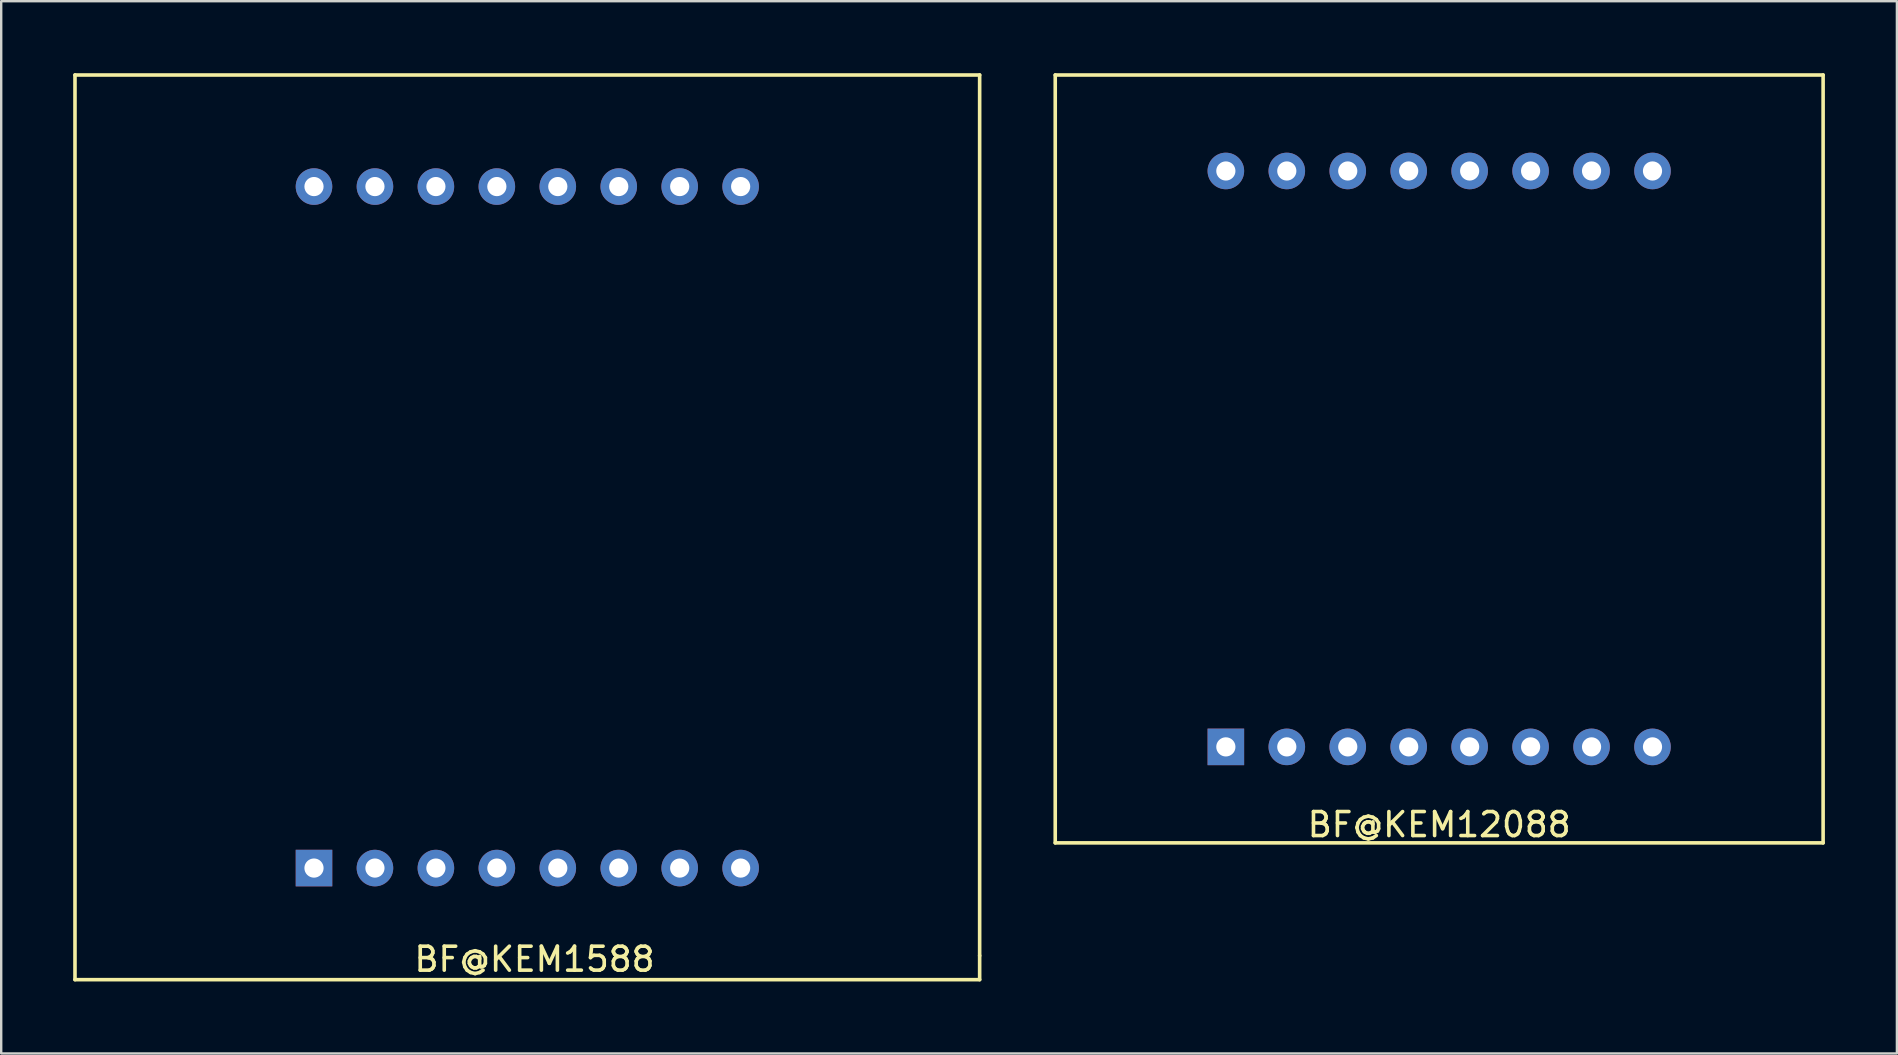
<source format=kicad_pcb>
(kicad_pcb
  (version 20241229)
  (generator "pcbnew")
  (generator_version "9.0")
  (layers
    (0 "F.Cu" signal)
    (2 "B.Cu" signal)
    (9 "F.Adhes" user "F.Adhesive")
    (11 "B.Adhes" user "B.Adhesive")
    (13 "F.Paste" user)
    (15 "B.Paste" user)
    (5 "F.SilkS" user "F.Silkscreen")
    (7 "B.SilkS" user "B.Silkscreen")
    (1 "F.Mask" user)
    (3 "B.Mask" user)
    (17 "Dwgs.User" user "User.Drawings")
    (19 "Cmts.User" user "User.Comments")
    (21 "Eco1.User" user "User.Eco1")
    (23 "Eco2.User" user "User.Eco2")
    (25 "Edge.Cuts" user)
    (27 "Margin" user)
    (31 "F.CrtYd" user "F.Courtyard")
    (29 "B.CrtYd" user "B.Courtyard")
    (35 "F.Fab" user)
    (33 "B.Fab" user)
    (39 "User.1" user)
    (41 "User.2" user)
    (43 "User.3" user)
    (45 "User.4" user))
  (footprint "BF@KEM12088"
    (layer "F.Cu")
    (at 56.925 16.075)
    (property "Reference" "BF@KEM12088" (at 0 15.24 0) (layer "F.SilkS") (effects (font (size 1 1) (thickness 0.15))))
    (attr through_hole)
    (fp_line (start -16 -16) (end 16 -16) (stroke (width 0.15) (type solid)) (layer "F.SilkS"))
    (fp_line (start -16 16) (end -16 -16) (stroke (width 0.15) (type solid)) (layer "F.SilkS"))
    (fp_line (start 16 -16) (end 16 16) (stroke (width 0.15) (type solid)) (layer "F.SilkS"))
    (fp_line (start 16 16) (end -16 16) (stroke (width 0.15) (type solid)) (layer "F.SilkS"))
    (pad "1" thru_hole rect (at -8.89 12) (size 1.524 1.524) (drill 0.8) (layers "*.Cu" "*.Mask"))
    (pad "2" thru_hole circle (at -6.35 12) (size 1.524 1.524) (drill 0.8) (layers "*.Cu" "*.Mask"))
    (pad "3" thru_hole circle (at -3.81 12) (size 1.524 1.524) (drill 0.8) (layers "*.Cu" "*.Mask"))
    (pad "4" thru_hole circle (at -1.27 12) (size 1.524 1.524) (drill 0.8) (layers "*.Cu" "*.Mask"))
    (pad "5" thru_hole circle (at 1.27 12) (size 1.524 1.524) (drill 0.8) (layers "*.Cu" "*.Mask"))
    (pad "6" thru_hole circle (at 3.81 12) (size 1.524 1.524) (drill 0.8) (layers "*.Cu" "*.Mask"))
    (pad "7" thru_hole circle (at 6.35 12) (size 1.524 1.524) (drill 0.8) (layers "*.Cu" "*.Mask"))
    (pad "8" thru_hole circle (at 8.89 12) (size 1.524 1.524) (drill 0.8) (layers "*.Cu" "*.Mask"))
    (pad "9" thru_hole circle (at 8.89 -12) (size 1.524 1.524) (drill 0.8) (layers "*.Cu" "*.Mask"))
    (pad "10" thru_hole circle (at 6.35 -12) (size 1.524 1.524) (drill 0.8) (layers "*.Cu" "*.Mask"))
    (pad "11" thru_hole circle (at 3.81 -12) (size 1.524 1.524) (drill 0.8) (layers "*.Cu" "*.Mask"))
    (pad "12" thru_hole circle (at 1.27 -12) (size 1.524 1.524) (drill 0.8) (layers "*.Cu" "*.Mask"))
    (pad "13" thru_hole circle (at -1.27 -12) (size 1.524 1.524) (drill 0.8) (layers "*.Cu" "*.Mask"))
    (pad "14" thru_hole circle (at -3.81 -12) (size 1.524 1.524) (drill 0.8) (layers "*.Cu" "*.Mask"))
    (pad "15" thru_hole circle (at -6.35 -12) (size 1.524 1.524) (drill 0.8) (layers "*.Cu" "*.Mask"))
    (pad "16" thru_hole circle (at -8.89 -12) (size 1.524 1.524) (drill 0.8) (layers "*.Cu" "*.Mask")))
  (footprint "BF@KEM1588"
    (layer "F.Cu")
    (at 18.925 18.925)
    (property "Reference" "BF@KEM1588" (at 0.3 18 0) (layer "F.SilkS") (effects (font (size 1 1) (thickness 0.15))))
    (attr through_hole)
    (fp_line (start -18.85 -18.85) (end 18.85 -18.85) (stroke (width 0.15) (type solid)) (layer "F.SilkS"))
    (fp_line (start -18.85 18.85) (end -18.85 -18.85) (stroke (width 0.15) (type solid)) (layer "F.SilkS"))
    (fp_line (start 18.85 -18.85) (end 18.85 17.85) (stroke (width 0.15) (type solid)) (layer "F.SilkS"))
    (fp_line (start 18.85 17.85) (end 18.85 18.85) (stroke (width 0.15) (type solid)) (layer "F.SilkS"))
    (fp_line (start 18.85 18.85) (end -18.85 18.85) (stroke (width 0.15) (type solid)) (layer "F.SilkS"))
    (pad "1" thru_hole rect (at -8.89 14.2) (size 1.524 1.524) (drill 0.8) (layers "*.Cu" "*.Mask"))
    (pad "2" thru_hole circle (at -6.35 14.2) (size 1.524 1.524) (drill 0.8) (layers "*.Cu" "*.Mask"))
    (pad "3" thru_hole circle (at -3.81 14.2) (size 1.524 1.524) (drill 0.8) (layers "*.Cu" "*.Mask"))
    (pad "4" thru_hole circle (at -1.27 14.2) (size 1.524 1.524) (drill 0.8) (layers "*.Cu" "*.Mask"))
    (pad "5" thru_hole circle (at 1.27 14.2) (size 1.524 1.524) (drill 0.8) (layers "*.Cu" "*.Mask"))
    (pad "6" thru_hole circle (at 3.81 14.2) (size 1.524 1.524) (drill 0.8) (layers "*.Cu" "*.Mask"))
    (pad "7" thru_hole circle (at 6.35 14.2) (size 1.524 1.524) (drill 0.8) (layers "*.Cu" "*.Mask"))
    (pad "8" thru_hole circle (at 8.89 14.2) (size 1.524 1.524) (drill 0.8) (layers "*.Cu" "*.Mask"))
    (pad "9" thru_hole circle (at 8.89 -14.2) (size 1.524 1.524) (drill 0.8) (layers "*.Cu" "*.Mask"))
    (pad "10" thru_hole circle (at 6.35 -14.2) (size 1.524 1.524) (drill 0.8) (layers "*.Cu" "*.Mask"))
    (pad "11" thru_hole circle (at 3.81 -14.2) (size 1.524 1.524) (drill 0.8) (layers "*.Cu" "*.Mask"))
    (pad "12" thru_hole circle (at 1.27 -14.2) (size 1.524 1.524) (drill 0.8) (layers "*.Cu" "*.Mask"))
    (pad "13" thru_hole circle (at -1.27 -14.2) (size 1.524 1.524) (drill 0.8) (layers "*.Cu" "*.Mask"))
    (pad "14" thru_hole circle (at -3.81 -14.2) (size 1.524 1.524) (drill 0.8) (layers "*.Cu" "*.Mask"))
    (pad "15" thru_hole circle (at -6.35 -14.2) (size 1.524 1.524) (drill 0.8) (layers "*.Cu" "*.Mask"))
    (pad "16" thru_hole circle (at -8.89 -14.2) (size 1.524 1.524) (drill 0.8) (layers "*.Cu" "*.Mask")))
  (gr_rect
    (start -3 -3)
    (end 76 40.85)
    (stroke (width 0.1) (type default))
    (fill no)
    (layer "Edge.Cuts")))
</source>
